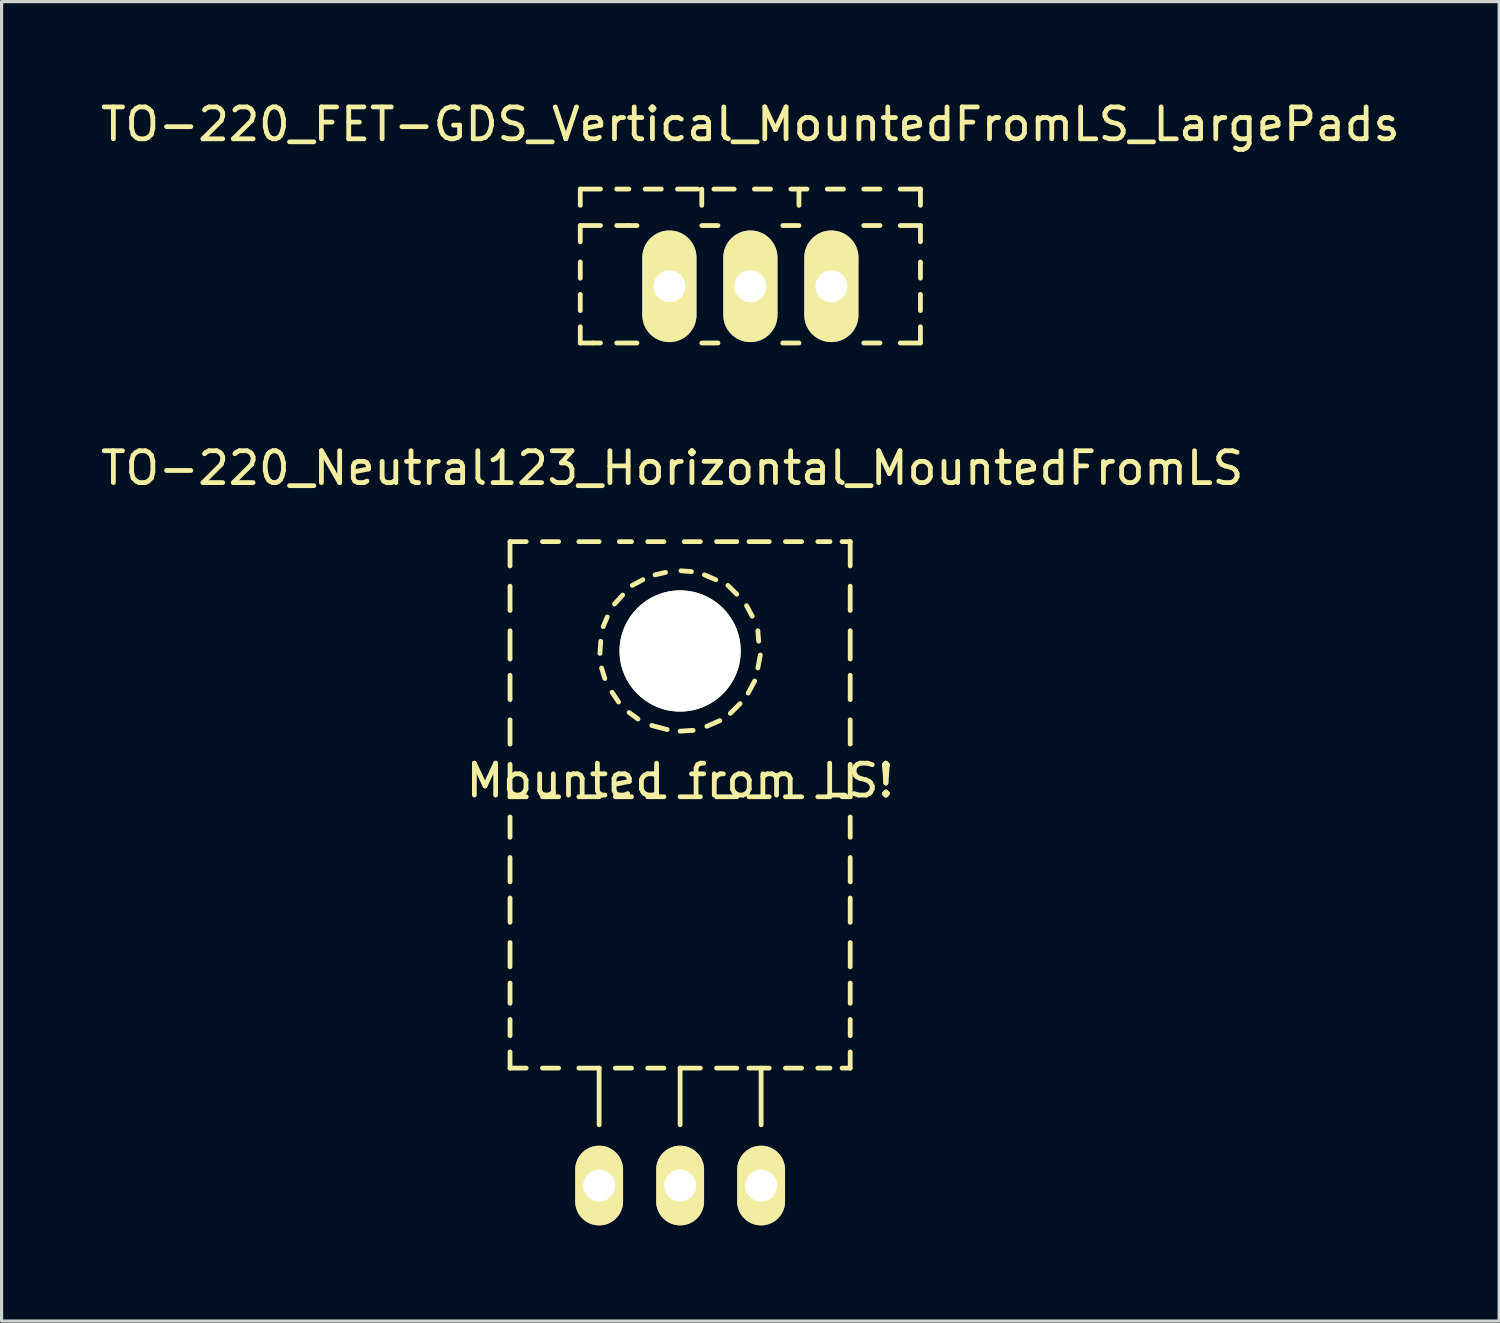
<source format=kicad_pcb>
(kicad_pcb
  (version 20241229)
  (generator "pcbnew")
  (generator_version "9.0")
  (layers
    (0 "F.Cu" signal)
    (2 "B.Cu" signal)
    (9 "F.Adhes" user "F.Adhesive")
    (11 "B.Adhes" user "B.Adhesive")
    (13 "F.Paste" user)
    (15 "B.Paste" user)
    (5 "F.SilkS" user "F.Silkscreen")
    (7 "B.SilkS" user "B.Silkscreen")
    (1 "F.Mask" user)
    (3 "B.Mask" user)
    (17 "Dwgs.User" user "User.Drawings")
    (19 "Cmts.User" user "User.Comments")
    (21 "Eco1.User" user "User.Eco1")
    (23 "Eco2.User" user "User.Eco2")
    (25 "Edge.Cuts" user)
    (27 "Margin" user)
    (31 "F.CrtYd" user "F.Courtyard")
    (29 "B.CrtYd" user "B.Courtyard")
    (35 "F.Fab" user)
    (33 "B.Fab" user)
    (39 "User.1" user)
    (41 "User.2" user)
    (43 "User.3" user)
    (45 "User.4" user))
  (footprint "TO-220_FET-GDS_Vertical_MountedFromLS_LargePads"
    (layer "F.Cu")
    (at 20.482 5.928)
    (property "Reference" "TO-220_FET-GDS_Vertical_MountedFromLS_LargePads" (at 0 -5.08 0) (layer "F.SilkS") (effects (font (size 1 1) (thickness 0.15))))
    (attr through_hole)
    (fp_line (start -5.334 -3.048) (end -4.699 -3.048) (stroke (width 0.15) (type solid)) (layer "F.SilkS"))
    (fp_line (start -5.334 -2.54) (end -5.334 -3.048) (stroke (width 0.15) (type solid)) (layer "F.SilkS"))
    (fp_line (start -5.334 -1.397) (end -5.334 -1.905) (stroke (width 0.15) (type solid)) (layer "F.SilkS"))
    (fp_line (start -5.334 -0.254) (end -5.334 -0.762) (stroke (width 0.15) (type solid)) (layer "F.SilkS"))
    (fp_line (start -5.334 0.762) (end -5.334 0.254) (stroke (width 0.15) (type solid)) (layer "F.SilkS"))
    (fp_line (start -5.334 1.778) (end -5.334 1.27) (stroke (width 0.15) (type solid)) (layer "F.SilkS"))
    (fp_line (start -5.334 1.778) (end -4.953 1.778) (stroke (width 0.15) (type solid)) (layer "F.SilkS"))
    (fp_line (start -4.953 1.778) (end -4.699 1.778) (stroke (width 0.15) (type solid)) (layer "F.SilkS"))
    (fp_line (start -4.699 -1.905) (end -5.334 -1.905) (stroke (width 0.15) (type solid)) (layer "F.SilkS"))
    (fp_line (start -4.191 -3.048) (end -3.81 -3.048) (stroke (width 0.15) (type solid)) (layer "F.SilkS"))
    (fp_line (start -3.81 -1.905) (end -4.191 -1.905) (stroke (width 0.15) (type solid)) (layer "F.SilkS"))
    (fp_line (start -3.81 -1.905) (end -3.556 -1.905) (stroke (width 0.15) (type solid)) (layer "F.SilkS"))
    (fp_line (start -3.556 1.778) (end -4.191 1.778) (stroke (width 0.15) (type solid)) (layer "F.SilkS"))
    (fp_line (start -3.302 -3.048) (end -2.794 -3.048) (stroke (width 0.15) (type solid)) (layer "F.SilkS"))
    (fp_line (start -2.286 -3.048) (end -1.651 -3.048) (stroke (width 0.15) (type solid)) (layer "F.SilkS"))
    (fp_line (start -1.524 -3.048) (end -1.524 -2.54) (stroke (width 0.15) (type solid)) (layer "F.SilkS"))
    (fp_line (start -1.524 -1.905) (end -1.016 -1.905) (stroke (width 0.15) (type solid)) (layer "F.SilkS"))
    (fp_line (start -1.143 -3.048) (end -0.508 -3.048) (stroke (width 0.15) (type solid)) (layer "F.SilkS"))
    (fp_line (start -1.016 1.778) (end -1.524 1.778) (stroke (width 0.15) (type solid)) (layer "F.SilkS"))
    (fp_line (start 0.127 -3.048) (end 0.635 -3.048) (stroke (width 0.15) (type solid)) (layer "F.SilkS"))
    (fp_line (start 1.016 -1.905) (end 1.524 -1.905) (stroke (width 0.15) (type solid)) (layer "F.SilkS"))
    (fp_line (start 1.27 -3.048) (end 1.778 -3.048) (stroke (width 0.15) (type solid)) (layer "F.SilkS"))
    (fp_line (start 1.524 -3.048) (end 1.524 -2.54) (stroke (width 0.15) (type solid)) (layer "F.SilkS"))
    (fp_line (start 1.524 1.778) (end 1.016 1.778) (stroke (width 0.15) (type solid)) (layer "F.SilkS"))
    (fp_line (start 2.413 -3.048) (end 2.921 -3.048) (stroke (width 0.15) (type solid)) (layer "F.SilkS"))
    (fp_line (start 3.556 -3.048) (end 4.064 -3.048) (stroke (width 0.15) (type solid)) (layer "F.SilkS"))
    (fp_line (start 3.556 -1.905) (end 4.064 -1.905) (stroke (width 0.15) (type solid)) (layer "F.SilkS"))
    (fp_line (start 3.556 1.778) (end 4.064 1.778) (stroke (width 0.15) (type solid)) (layer "F.SilkS"))
    (fp_line (start 4.699 -3.048) (end 5.334 -3.048) (stroke (width 0.15) (type solid)) (layer "F.SilkS"))
    (fp_line (start 4.699 -1.905) (end 5.334 -1.905) (stroke (width 0.15) (type solid)) (layer "F.SilkS"))
    (fp_line (start 4.699 1.778) (end 5.334 1.778) (stroke (width 0.15) (type solid)) (layer "F.SilkS"))
    (fp_line (start 5.334 -3.048) (end 5.334 -2.54) (stroke (width 0.15) (type solid)) (layer "F.SilkS"))
    (fp_line (start 5.334 -1.905) (end 5.334 -1.397) (stroke (width 0.15) (type solid)) (layer "F.SilkS"))
    (fp_line (start 5.334 -0.762) (end 5.334 -0.254) (stroke (width 0.15) (type solid)) (layer "F.SilkS"))
    (fp_line (start 5.334 0.254) (end 5.334 0.762) (stroke (width 0.15) (type solid)) (layer "F.SilkS"))
    (fp_line (start 5.334 1.27) (end 5.334 1.778) (stroke (width 0.15) (type solid)) (layer "F.SilkS"))
    (pad "D" thru_hole oval (at 0 0 90) (size 3.5 1.699) (drill 1.001) (layers "*.Cu" "*.Mask" "F.SilkS"))
    (pad "G" thru_hole oval (at 2.54 0 90) (size 3.5 1.699) (drill 1.001) (layers "*.Cu" "*.Mask" "F.SilkS"))
    (pad "S" thru_hole oval (at -2.54 0 90) (size 3.5 1.699) (drill 1.001) (layers "*.Cu" "*.Mask" "F.SilkS")))
  (footprint "TO-220_Neutral123_Horizontal_MountedFromLS"
    (layer "F.Cu")
    (at 18.279 34.129)
    (property "Reference" "TO-220_Neutral123_Horizontal_MountedFromLS" (at -0.249 -22.499 0) (layer "F.SilkS") (effects (font (size 1 1) (thickness 0.15))))
    (attr through_hole)
    (fp_line (start -5.334 -20.193) (end -5.334 -19.431) (stroke (width 0.15) (type solid)) (layer "F.SilkS"))
    (fp_line (start -5.334 -20.193) (end -4.826 -20.193) (stroke (width 0.15) (type solid)) (layer "F.SilkS"))
    (fp_line (start -5.334 -18.796) (end -5.334 -18.034) (stroke (width 0.15) (type solid)) (layer "F.SilkS"))
    (fp_line (start -5.334 -17.399) (end -5.334 -16.51) (stroke (width 0.15) (type solid)) (layer "F.SilkS"))
    (fp_line (start -5.334 -16.002) (end -5.334 -15.24) (stroke (width 0.15) (type solid)) (layer "F.SilkS"))
    (fp_line (start -5.334 -14.605) (end -5.334 -13.843) (stroke (width 0.15) (type solid)) (layer "F.SilkS"))
    (fp_line (start -5.334 -13.208) (end -5.334 -12.192) (stroke (width 0.15) (type solid)) (layer "F.SilkS"))
    (fp_line (start -5.334 -12.192) (end -4.826 -12.192) (stroke (width 0.15) (type solid)) (layer "F.SilkS"))
    (fp_line (start -5.334 -11.557) (end -5.334 -10.922) (stroke (width 0.15) (type solid)) (layer "F.SilkS"))
    (fp_line (start -5.334 -10.287) (end -5.334 -9.525) (stroke (width 0.15) (type solid)) (layer "F.SilkS"))
    (fp_line (start -5.334 -9.017) (end -5.334 -8.255) (stroke (width 0.15) (type solid)) (layer "F.SilkS"))
    (fp_line (start -5.334 -7.62) (end -5.334 -6.858) (stroke (width 0.15) (type solid)) (layer "F.SilkS"))
    (fp_line (start -5.334 -6.35) (end -5.334 -5.715) (stroke (width 0.15) (type solid)) (layer "F.SilkS"))
    (fp_line (start -5.334 -5.207) (end -5.334 -4.699) (stroke (width 0.15) (type solid)) (layer "F.SilkS"))
    (fp_line (start -5.334 -4.191) (end -5.334 -3.683) (stroke (width 0.15) (type solid)) (layer "F.SilkS"))
    (fp_line (start -5.334 -3.683) (end -4.826 -3.683) (stroke (width 0.15) (type solid)) (layer "F.SilkS"))
    (fp_line (start -4.318 -20.193) (end -3.81 -20.193) (stroke (width 0.15) (type solid)) (layer "F.SilkS"))
    (fp_line (start -4.318 -12.192) (end -3.81 -12.192) (stroke (width 0.15) (type solid)) (layer "F.SilkS"))
    (fp_line (start -4.318 -3.683) (end -3.81 -3.683) (stroke (width 0.15) (type solid)) (layer "F.SilkS"))
    (fp_line (start -3.175 -20.193) (end -2.54 -20.193) (stroke (width 0.15) (type solid)) (layer "F.SilkS"))
    (fp_line (start -3.175 -12.192) (end -2.54 -12.192) (stroke (width 0.15) (type solid)) (layer "F.SilkS"))
    (fp_line (start -3.175 -3.683) (end -2.54 -3.683) (stroke (width 0.15) (type solid)) (layer "F.SilkS"))
    (fp_line (start -2.54 -3.683) (end -2.54 -1.905) (stroke (width 0.15) (type solid)) (layer "F.SilkS"))
    (fp_line (start -2.515 -16.688) (end -2.489 -17.069) (stroke (width 0.15) (type solid)) (layer "F.SilkS"))
    (fp_line (start -2.413 -17.526) (end -2.286 -17.831) (stroke (width 0.15) (type solid)) (layer "F.SilkS"))
    (fp_line (start -2.362 -15.9) (end -2.464 -16.231) (stroke (width 0.15) (type solid)) (layer "F.SilkS"))
    (fp_line (start -2.057 -18.237) (end -1.803 -18.517) (stroke (width 0.15) (type solid)) (layer "F.SilkS"))
    (fp_line (start -2.032 -12.192) (end -1.524 -12.192) (stroke (width 0.15) (type solid)) (layer "F.SilkS"))
    (fp_line (start -2.032 -3.683) (end -1.524 -3.683) (stroke (width 0.15) (type solid)) (layer "F.SilkS"))
    (fp_line (start -1.93 -15.164) (end -2.134 -15.469) (stroke (width 0.15) (type solid)) (layer "F.SilkS"))
    (fp_line (start -1.905 -20.193) (end -1.524 -20.193) (stroke (width 0.15) (type solid)) (layer "F.SilkS"))
    (fp_line (start -1.499 -18.821) (end -1.168 -18.999) (stroke (width 0.15) (type solid)) (layer "F.SilkS"))
    (fp_line (start -1.321 -14.63) (end -1.6 -14.834) (stroke (width 0.15) (type solid)) (layer "F.SilkS"))
    (fp_line (start -1.016 -20.193) (end -0.508 -20.193) (stroke (width 0.15) (type solid)) (layer "F.SilkS"))
    (fp_line (start -1.016 -12.192) (end -0.508 -12.192) (stroke (width 0.15) (type solid)) (layer "F.SilkS"))
    (fp_line (start -1.016 -3.683) (end -0.508 -3.683) (stroke (width 0.15) (type solid)) (layer "F.SilkS"))
    (fp_line (start -0.787 -19.152) (end -0.457 -19.228) (stroke (width 0.15) (type solid)) (layer "F.SilkS"))
    (fp_line (start -0.406 -14.3) (end -0.889 -14.427) (stroke (width 0.15) (type solid)) (layer "F.SilkS"))
    (fp_line (start 0 -12.192) (end 0.635 -12.192) (stroke (width 0.15) (type solid)) (layer "F.SilkS"))
    (fp_line (start 0 -3.683) (end 0 -1.905) (stroke (width 0.15) (type solid)) (layer "F.SilkS"))
    (fp_line (start 0 -3.683) (end 0.635 -3.683) (stroke (width 0.15) (type solid)) (layer "F.SilkS"))
    (fp_line (start 0.025 -19.279) (end 0.356 -19.253) (stroke (width 0.15) (type solid)) (layer "F.SilkS"))
    (fp_line (start 0.127 -20.193) (end 0.635 -20.193) (stroke (width 0.15) (type solid)) (layer "F.SilkS"))
    (fp_line (start 0.406 -14.275) (end 0 -14.249) (stroke (width 0.15) (type solid)) (layer "F.SilkS"))
    (fp_line (start 0.762 -19.152) (end 1.118 -18.999) (stroke (width 0.15) (type solid)) (layer "F.SilkS"))
    (fp_line (start 1.143 -20.193) (end 1.778 -20.193) (stroke (width 0.15) (type solid)) (layer "F.SilkS"))
    (fp_line (start 1.143 -12.192) (end 1.778 -12.192) (stroke (width 0.15) (type solid)) (layer "F.SilkS"))
    (fp_line (start 1.143 -3.683) (end 1.778 -3.683) (stroke (width 0.15) (type solid)) (layer "F.SilkS"))
    (fp_line (start 1.245 -14.58) (end 0.838 -14.402) (stroke (width 0.15) (type solid)) (layer "F.SilkS"))
    (fp_line (start 1.499 -18.821) (end 1.778 -18.542) (stroke (width 0.15) (type solid)) (layer "F.SilkS"))
    (fp_line (start 1.88 -15.113) (end 1.575 -14.808) (stroke (width 0.15) (type solid)) (layer "F.SilkS"))
    (fp_line (start 2.083 -18.186) (end 2.261 -17.856) (stroke (width 0.15) (type solid)) (layer "F.SilkS"))
    (fp_line (start 2.159 -20.193) (end 2.794 -20.193) (stroke (width 0.15) (type solid)) (layer "F.SilkS"))
    (fp_line (start 2.159 -12.192) (end 2.794 -12.192) (stroke (width 0.15) (type solid)) (layer "F.SilkS"))
    (fp_line (start 2.159 -3.683) (end 2.794 -3.683) (stroke (width 0.15) (type solid)) (layer "F.SilkS"))
    (fp_line (start 2.337 -15.824) (end 2.134 -15.443) (stroke (width 0.15) (type solid)) (layer "F.SilkS"))
    (fp_line (start 2.438 -17.399) (end 2.464 -17.069) (stroke (width 0.15) (type solid)) (layer "F.SilkS"))
    (fp_line (start 2.515 -16.637) (end 2.438 -16.231) (stroke (width 0.15) (type solid)) (layer "F.SilkS"))
    (fp_line (start 2.54 -3.683) (end 2.54 -1.905) (stroke (width 0.15) (type solid)) (layer "F.SilkS"))
    (fp_line (start 3.302 -20.193) (end 3.81 -20.193) (stroke (width 0.15) (type solid)) (layer "F.SilkS"))
    (fp_line (start 3.302 -12.192) (end 3.81 -12.192) (stroke (width 0.15) (type solid)) (layer "F.SilkS"))
    (fp_line (start 3.302 -3.683) (end 3.81 -3.683) (stroke (width 0.15) (type solid)) (layer "F.SilkS"))
    (fp_line (start 4.318 -20.193) (end 4.699 -20.193) (stroke (width 0.15) (type solid)) (layer "F.SilkS"))
    (fp_line (start 4.318 -12.192) (end 4.699 -12.192) (stroke (width 0.15) (type solid)) (layer "F.SilkS"))
    (fp_line (start 4.318 -3.683) (end 4.699 -3.683) (stroke (width 0.15) (type solid)) (layer "F.SilkS"))
    (fp_line (start 5.08 -20.193) (end 5.334 -20.193) (stroke (width 0.15) (type solid)) (layer "F.SilkS"))
    (fp_line (start 5.08 -12.192) (end 5.334 -12.192) (stroke (width 0.15) (type solid)) (layer "F.SilkS"))
    (fp_line (start 5.08 -3.683) (end 5.334 -3.683) (stroke (width 0.15) (type solid)) (layer "F.SilkS"))
    (fp_line (start 5.334 -20.193) (end 5.334 -19.431) (stroke (width 0.15) (type solid)) (layer "F.SilkS"))
    (fp_line (start 5.334 -18.796) (end 5.334 -18.034) (stroke (width 0.15) (type solid)) (layer "F.SilkS"))
    (fp_line (start 5.334 -17.399) (end 5.334 -16.51) (stroke (width 0.15) (type solid)) (layer "F.SilkS"))
    (fp_line (start 5.334 -16.002) (end 5.334 -15.24) (stroke (width 0.15) (type solid)) (layer "F.SilkS"))
    (fp_line (start 5.334 -14.605) (end 5.334 -13.843) (stroke (width 0.15) (type solid)) (layer "F.SilkS"))
    (fp_line (start 5.334 -13.208) (end 5.334 -12.192) (stroke (width 0.15) (type solid)) (layer "F.SilkS"))
    (fp_line (start 5.334 -11.557) (end 5.334 -10.922) (stroke (width 0.15) (type solid)) (layer "F.SilkS"))
    (fp_line (start 5.334 -10.287) (end 5.334 -9.525) (stroke (width 0.15) (type solid)) (layer "F.SilkS"))
    (fp_line (start 5.334 -9.017) (end 5.334 -8.255) (stroke (width 0.15) (type solid)) (layer "F.SilkS"))
    (fp_line (start 5.334 -7.62) (end 5.334 -6.858) (stroke (width 0.15) (type solid)) (layer "F.SilkS"))
    (fp_line (start 5.334 -6.35) (end 5.334 -5.715) (stroke (width 0.15) (type solid)) (layer "F.SilkS"))
    (fp_line (start 5.334 -5.207) (end 5.334 -4.699) (stroke (width 0.15) (type solid)) (layer "F.SilkS"))
    (fp_line (start 5.334 -4.191) (end 5.334 -3.683) (stroke (width 0.15) (type solid)) (layer "F.SilkS"))
    (fp_text user "Mounted from LS!" (at 0 -12.7 0) (layer "F.SilkS") (effects (font (size 1 1) (thickness 0.15))))
    (pad "" np_thru_hole circle (at 0 -16.764 90) (size 3.8 3.8) (drill 3.8) (layers "*.Cu" "*.Mask" "F.SilkS"))
    (pad "1" thru_hole oval (at 2.54 0 90) (size 2.499 1.501) (drill 1.001) (layers "*.Cu" "*.Mask" "F.SilkS"))
    (pad "2" thru_hole oval (at 0 0 90) (size 2.499 1.501) (drill 1.001) (layers "*.Cu" "*.Mask" "F.SilkS"))
    (pad "3" thru_hole oval (at -2.54 0 90) (size 2.499 1.501) (drill 1.001) (layers "*.Cu" "*.Mask" "F.SilkS")))
  (gr_rect
    (start -3 -3)
    (end 43.964 38.379)
    (stroke (width 0.1) (type default))
    (fill no)
    (layer "Edge.Cuts")))
</source>
